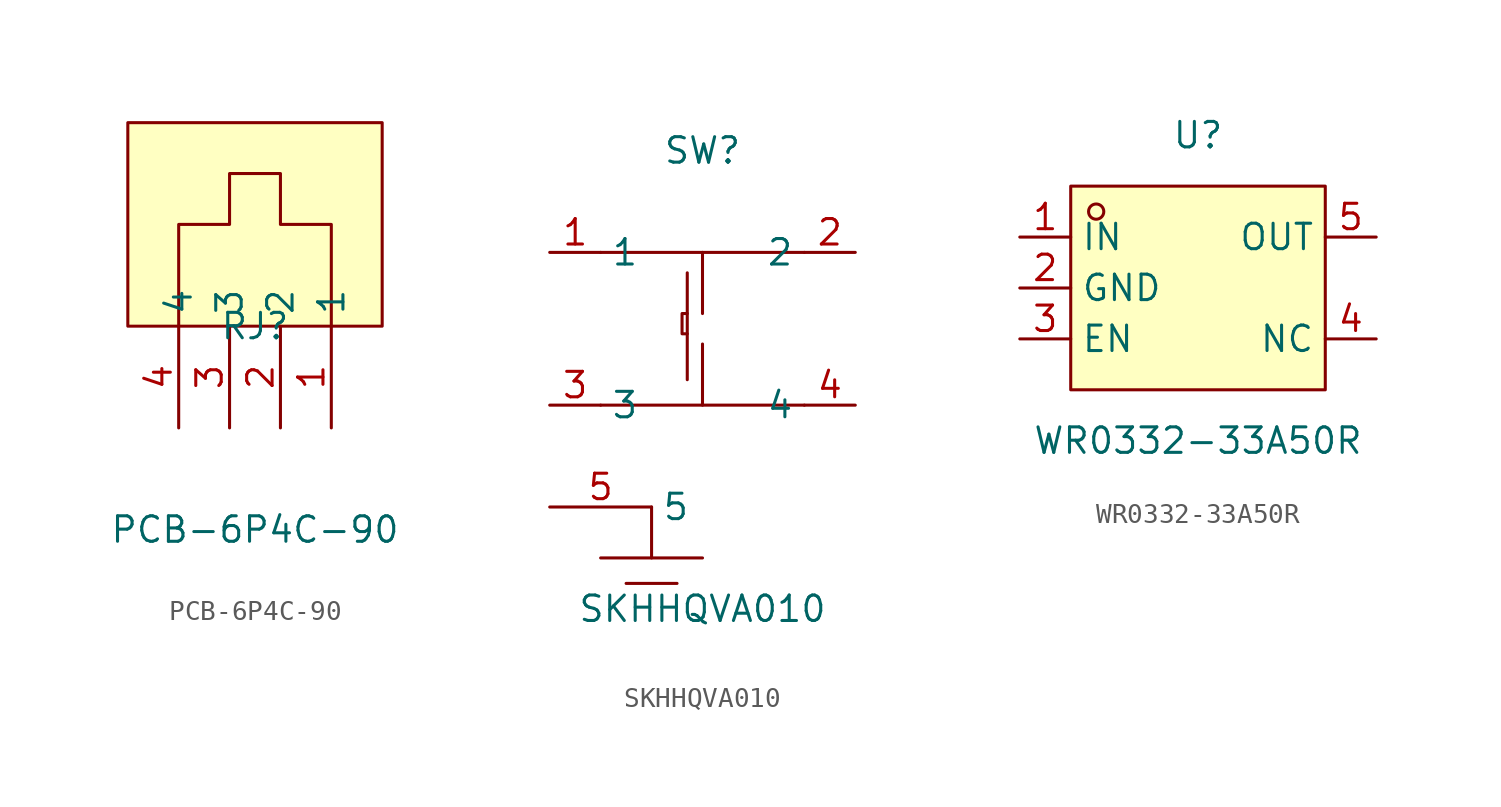
<source format=kicad_sym>
(kicad_symbol_lib
  (version 20211014)
  (generator https://github.com/uPesy/easyeda2kicad.py)
  (symbol "PCB-6P4C-90"
    (property "Reference" "RJ"
      (at 0 -2.54 0)
      (effects (font (size 1.27 1.27))))
    (property "Value" "PCB-6P4C-90"
      (at 0 -12.70 0)
      (effects (font (size 1.27 1.27))))
    (symbol "PCB-6P4C-90_0_1"
      (rectangle (start -6.35 7.62) (end 6.35 -2.54) (stroke (width 0) (type default) (color 0 0 0 0)) (fill (type background)))
      (polyline (pts (xy 3.81 -2.54) (xy 3.81 2.54) (xy 1.27 2.54) (xy 1.27 5.08) (xy -1.27 5.08) (xy -1.27 2.54) (xy -3.81 2.54) (xy -3.81 -0.00) (xy -3.81 -2.54)) (stroke (width 0) (type default) (color 0 0 0 0)) (fill (type none)))
      (pin unspecified line (at 3.81 -7.62 90) (length 5.08) (name "1" (effects (font (size 1.27 1.27)))) (number "1" (effects (font (size 1.27 1.27)))))
      (pin unspecified line (at 1.27 -7.62 90) (length 5.08) (name "2" (effects (font (size 1.27 1.27)))) (number "2" (effects (font (size 1.27 1.27)))))
      (pin unspecified line (at -1.27 -7.62 90) (length 5.08) (name "3" (effects (font (size 1.27 1.27)))) (number "3" (effects (font (size 1.27 1.27)))))
      (pin unspecified line (at -3.81 -7.62 90) (length 5.08) (name "4" (effects (font (size 1.27 1.27)))) (number "4" (effects (font (size 1.27 1.27)))))))
  (symbol "SKHHQVA010"
    (property "Reference" "SW"
      (at 0 10.16 0)
      (effects (font (size 1.27 1.27))))
    (property "Value" "SKHHQVA010"
      (at 0 -12.70 0)
      (effects (font (size 1.27 1.27))))
    (symbol "SKHHQVA010_0_1"
      (polyline (pts (xy -0.76 1.02) (xy -1.02 1.02) (xy -1.02 2.03) (xy -0.76 2.03)) (stroke (width 0) (type default) (color 0 0 0 0)) (fill (type none)))
      (polyline (pts (xy -0.76 -1.27) (xy -0.76 4.06)) (stroke (width 0) (type default) (color 0 0 0 0)) (fill (type none)))
      (polyline (pts (xy 0.00 -2.54) (xy 0.00 0.51)) (stroke (width 0) (type default) (color 0 0 0 0)) (fill (type none)))
      (polyline (pts (xy 0.00 2.03) (xy 0.00 5.08)) (stroke (width 0) (type default) (color 0 0 0 0)) (fill (type none)))
      (polyline (pts (xy -1.27 -11.43) (xy -3.81 -11.43)) (stroke (width 0) (type default) (color 0 0 0 0)) (fill (type none)))
      (polyline (pts (xy 0.00 -10.16) (xy -5.08 -10.16)) (stroke (width 0) (type default) (color 0 0 0 0)) (fill (type none)))
      (polyline (pts (xy -2.54 -7.62) (xy -2.54 -10.16)) (stroke (width 0) (type default) (color 0 0 0 0)) (fill (type none)))
      (polyline (pts (xy -5.08 -2.54) (xy 5.08 -2.54)) (stroke (width 0) (type default) (color 0 0 0 0)) (fill (type none)))
      (polyline (pts (xy -5.08 5.08) (xy 5.08 5.08)) (stroke (width 0) (type default) (color 0 0 0 0)) (fill (type none)))
      (pin unspecified line (at -7.62 -7.62 0) (length 5.08) (name "5" (effects (font (size 1.27 1.27)))) (number "5" (effects (font (size 1.27 1.27)))))
      (pin unspecified line (at 7.62 -2.54 180) (length 2.54) (name "4" (effects (font (size 1.27 1.27)))) (number "4" (effects (font (size 1.27 1.27)))))
      (pin unspecified line (at -7.62 -2.54 0) (length 2.54) (name "3" (effects (font (size 1.27 1.27)))) (number "3" (effects (font (size 1.27 1.27)))))
      (pin unspecified line (at 7.62 5.08 180) (length 2.54) (name "2" (effects (font (size 1.27 1.27)))) (number "2" (effects (font (size 1.27 1.27)))))
      (pin unspecified line (at -7.62 5.08 0) (length 2.54) (name "1" (effects (font (size 1.27 1.27)))) (number "1" (effects (font (size 1.27 1.27)))))))
  (symbol "WR0332-33A50R"
    (property "Reference" "U"
      (at 0 7.62 0)
      (effects (font (size 1.27 1.27))))
    (property "Value" "WR0332-33A50R"
      (at 0 -7.62 0)
      (effects (font (size 1.27 1.27))))
    (symbol "WR0332-33A50R_0_1"
      (rectangle (start -6.35 5.08) (end 6.35 -5.08) (stroke (width 0) (type default) (color 0 0 0 0)) (fill (type background)))
      (circle (center -5.08 3.81) (radius 0.38) (stroke (width 0) (type default) (color 0 0 0 0)) (fill (type none)))
      (pin unspecified line (at -8.89 2.54 0) (length 2.54) (name "IN" (effects (font (size 1.27 1.27)))) (number "1" (effects (font (size 1.27 1.27)))))
      (pin unspecified line (at -8.89 -0.00 0) (length 2.54) (name "GND" (effects (font (size 1.27 1.27)))) (number "2" (effects (font (size 1.27 1.27)))))
      (pin unspecified line (at -8.89 -2.54 0) (length 2.54) (name "EN" (effects (font (size 1.27 1.27)))) (number "3" (effects (font (size 1.27 1.27)))))
      (pin unspecified line (at 8.89 -2.54 180) (length 2.54) (name "NC" (effects (font (size 1.27 1.27)))) (number "4" (effects (font (size 1.27 1.27)))))
      (pin unspecified line (at 8.89 2.54 180) (length 2.54) (name "OUT" (effects (font (size 1.27 1.27)))) (number "5" (effects (font (size 1.27 1.27))))))))
</source>
